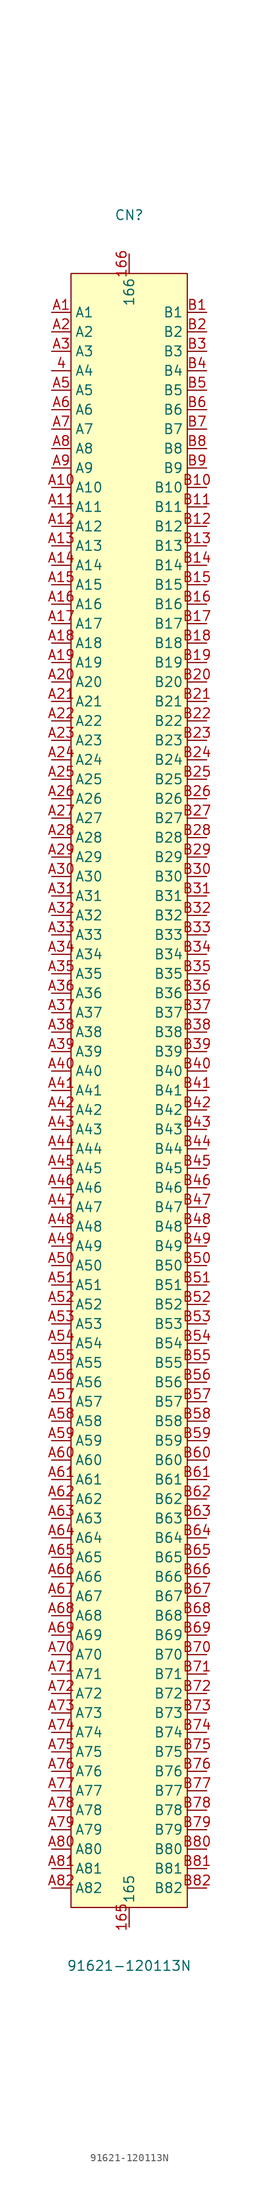
<source format=kicad_sym>
(kicad_symbol_lib
  (version 20231120)
  (generator "kicad_symbol_editor")
  (generator_version "8.0")
  (symbol "91621-120113N"
    (property "Reference" "CN"
      (at 0 114.3 0)
      (effects (font (size 1.27 1.27))))
    (property "Value" "91621-120113N"
      (at 0 -114.3 0)
      (effects (font (size 1.27 1.27))))
    (symbol "91621-120113N_0_1"
      (rectangle (start -7.62 106.68) (end 7.62 -106.68) (stroke (width 0) (type default)) (fill (type background)))
      (pin unspecified line (at 0 -109.22 90) (length 2.54) (name "165" (effects (font (size 1.27 1.27)))) (number "165" (effects (font (size 1.27 1.27)))))
      (pin unspecified line (at 0 109.22 270) (length 2.54) (name "166" (effects (font (size 1.27 1.27)))) (number "166" (effects (font (size 1.27 1.27)))))
      (pin unspecified line (at -10.16 93.98 0) (length 2.54) (name "A4" (effects (font (size 1.27 1.27)))) (number "4" (effects (font (size 1.27 1.27)))))
      (pin unspecified line (at -10.16 101.6 0) (length 2.54) (name "A1" (effects (font (size 1.27 1.27)))) (number "A1" (effects (font (size 1.27 1.27)))))
      (pin unspecified line (at -10.16 78.74 0) (length 2.54) (name "A10" (effects (font (size 1.27 1.27)))) (number "A10" (effects (font (size 1.27 1.27)))))
      (pin unspecified line (at -10.16 76.2 0) (length 2.54) (name "A11" (effects (font (size 1.27 1.27)))) (number "A11" (effects (font (size 1.27 1.27)))))
      (pin unspecified line (at -10.16 73.66 0) (length 2.54) (name "A12" (effects (font (size 1.27 1.27)))) (number "A12" (effects (font (size 1.27 1.27)))))
      (pin unspecified line (at -10.16 71.12 0) (length 2.54) (name "A13" (effects (font (size 1.27 1.27)))) (number "A13" (effects (font (size 1.27 1.27)))))
      (pin unspecified line (at -10.16 68.58 0) (length 2.54) (name "A14" (effects (font (size 1.27 1.27)))) (number "A14" (effects (font (size 1.27 1.27)))))
      (pin unspecified line (at -10.16 66.04 0) (length 2.54) (name "A15" (effects (font (size 1.27 1.27)))) (number "A15" (effects (font (size 1.27 1.27)))))
      (pin unspecified line (at -10.16 63.5 0) (length 2.54) (name "A16" (effects (font (size 1.27 1.27)))) (number "A16" (effects (font (size 1.27 1.27)))))
      (pin unspecified line (at -10.16 60.96 0) (length 2.54) (name "A17" (effects (font (size 1.27 1.27)))) (number "A17" (effects (font (size 1.27 1.27)))))
      (pin unspecified line (at -10.16 58.42 0) (length 2.54) (name "A18" (effects (font (size 1.27 1.27)))) (number "A18" (effects (font (size 1.27 1.27)))))
      (pin unspecified line (at -10.16 55.88 0) (length 2.54) (name "A19" (effects (font (size 1.27 1.27)))) (number "A19" (effects (font (size 1.27 1.27)))))
      (pin unspecified line (at -10.16 99.06 0) (length 2.54) (name "A2" (effects (font (size 1.27 1.27)))) (number "A2" (effects (font (size 1.27 1.27)))))
      (pin unspecified line (at -10.16 53.34 0) (length 2.54) (name "A20" (effects (font (size 1.27 1.27)))) (number "A20" (effects (font (size 1.27 1.27)))))
      (pin unspecified line (at -10.16 50.8 0) (length 2.54) (name "A21" (effects (font (size 1.27 1.27)))) (number "A21" (effects (font (size 1.27 1.27)))))
      (pin unspecified line (at -10.16 48.26 0) (length 2.54) (name "A22" (effects (font (size 1.27 1.27)))) (number "A22" (effects (font (size 1.27 1.27)))))
      (pin unspecified line (at -10.16 45.72 0) (length 2.54) (name "A23" (effects (font (size 1.27 1.27)))) (number "A23" (effects (font (size 1.27 1.27)))))
      (pin unspecified line (at -10.16 43.18 0) (length 2.54) (name "A24" (effects (font (size 1.27 1.27)))) (number "A24" (effects (font (size 1.27 1.27)))))
      (pin unspecified line (at -10.16 40.64 0) (length 2.54) (name "A25" (effects (font (size 1.27 1.27)))) (number "A25" (effects (font (size 1.27 1.27)))))
      (pin unspecified line (at -10.16 38.1 0) (length 2.54) (name "A26" (effects (font (size 1.27 1.27)))) (number "A26" (effects (font (size 1.27 1.27)))))
      (pin unspecified line (at -10.16 35.56 0) (length 2.54) (name "A27" (effects (font (size 1.27 1.27)))) (number "A27" (effects (font (size 1.27 1.27)))))
      (pin unspecified line (at -10.16 33.02 0) (length 2.54) (name "A28" (effects (font (size 1.27 1.27)))) (number "A28" (effects (font (size 1.27 1.27)))))
      (pin unspecified line (at -10.16 30.48 0) (length 2.54) (name "A29" (effects (font (size 1.27 1.27)))) (number "A29" (effects (font (size 1.27 1.27)))))
      (pin unspecified line (at -10.16 96.52 0) (length 2.54) (name "A3" (effects (font (size 1.27 1.27)))) (number "A3" (effects (font (size 1.27 1.27)))))
      (pin unspecified line (at -10.16 27.94 0) (length 2.54) (name "A30" (effects (font (size 1.27 1.27)))) (number "A30" (effects (font (size 1.27 1.27)))))
      (pin unspecified line (at -10.16 25.4 0) (length 2.54) (name "A31" (effects (font (size 1.27 1.27)))) (number "A31" (effects (font (size 1.27 1.27)))))
      (pin unspecified line (at -10.16 22.86 0) (length 2.54) (name "A32" (effects (font (size 1.27 1.27)))) (number "A32" (effects (font (size 1.27 1.27)))))
      (pin unspecified line (at -10.16 20.32 0) (length 2.54) (name "A33" (effects (font (size 1.27 1.27)))) (number "A33" (effects (font (size 1.27 1.27)))))
      (pin unspecified line (at -10.16 17.78 0) (length 2.54) (name "A34" (effects (font (size 1.27 1.27)))) (number "A34" (effects (font (size 1.27 1.27)))))
      (pin unspecified line (at -10.16 15.24 0) (length 2.54) (name "A35" (effects (font (size 1.27 1.27)))) (number "A35" (effects (font (size 1.27 1.27)))))
      (pin unspecified line (at -10.16 12.7 0) (length 2.54) (name "A36" (effects (font (size 1.27 1.27)))) (number "A36" (effects (font (size 1.27 1.27)))))
      (pin unspecified line (at -10.16 10.16 0) (length 2.54) (name "A37" (effects (font (size 1.27 1.27)))) (number "A37" (effects (font (size 1.27 1.27)))))
      (pin unspecified line (at -10.16 7.62 0) (length 2.54) (name "A38" (effects (font (size 1.27 1.27)))) (number "A38" (effects (font (size 1.27 1.27)))))
      (pin unspecified line (at -10.16 5.08 0) (length 2.54) (name "A39" (effects (font (size 1.27 1.27)))) (number "A39" (effects (font (size 1.27 1.27)))))
      (pin unspecified line (at -10.16 2.54 0) (length 2.54) (name "A40" (effects (font (size 1.27 1.27)))) (number "A40" (effects (font (size 1.27 1.27)))))
      (pin unspecified line (at -10.16 0 0) (length 2.54) (name "A41" (effects (font (size 1.27 1.27)))) (number "A41" (effects (font (size 1.27 1.27)))))
      (pin unspecified line (at -10.16 -2.54 0) (length 2.54) (name "A42" (effects (font (size 1.27 1.27)))) (number "A42" (effects (font (size 1.27 1.27)))))
      (pin unspecified line (at -10.16 -5.08 0) (length 2.54) (name "A43" (effects (font (size 1.27 1.27)))) (number "A43" (effects (font (size 1.27 1.27)))))
      (pin unspecified line (at -10.16 -7.62 0) (length 2.54) (name "A44" (effects (font (size 1.27 1.27)))) (number "A44" (effects (font (size 1.27 1.27)))))
      (pin unspecified line (at -10.16 -10.16 0) (length 2.54) (name "A45" (effects (font (size 1.27 1.27)))) (number "A45" (effects (font (size 1.27 1.27)))))
      (pin unspecified line (at -10.16 -12.7 0) (length 2.54) (name "A46" (effects (font (size 1.27 1.27)))) (number "A46" (effects (font (size 1.27 1.27)))))
      (pin unspecified line (at -10.16 -15.24 0) (length 2.54) (name "A47" (effects (font (size 1.27 1.27)))) (number "A47" (effects (font (size 1.27 1.27)))))
      (pin unspecified line (at -10.16 -17.78 0) (length 2.54) (name "A48" (effects (font (size 1.27 1.27)))) (number "A48" (effects (font (size 1.27 1.27)))))
      (pin unspecified line (at -10.16 -20.32 0) (length 2.54) (name "A49" (effects (font (size 1.27 1.27)))) (number "A49" (effects (font (size 1.27 1.27)))))
      (pin unspecified line (at -10.16 91.44 0) (length 2.54) (name "A5" (effects (font (size 1.27 1.27)))) (number "A5" (effects (font (size 1.27 1.27)))))
      (pin unspecified line (at -10.16 -22.86 0) (length 2.54) (name "A50" (effects (font (size 1.27 1.27)))) (number "A50" (effects (font (size 1.27 1.27)))))
      (pin unspecified line (at -10.16 -25.4 0) (length 2.54) (name "A51" (effects (font (size 1.27 1.27)))) (number "A51" (effects (font (size 1.27 1.27)))))
      (pin unspecified line (at -10.16 -27.94 0) (length 2.54) (name "A52" (effects (font (size 1.27 1.27)))) (number "A52" (effects (font (size 1.27 1.27)))))
      (pin unspecified line (at -10.16 -30.48 0) (length 2.54) (name "A53" (effects (font (size 1.27 1.27)))) (number "A53" (effects (font (size 1.27 1.27)))))
      (pin unspecified line (at -10.16 -33.02 0) (length 2.54) (name "A54" (effects (font (size 1.27 1.27)))) (number "A54" (effects (font (size 1.27 1.27)))))
      (pin unspecified line (at -10.16 -35.56 0) (length 2.54) (name "A55" (effects (font (size 1.27 1.27)))) (number "A55" (effects (font (size 1.27 1.27)))))
      (pin unspecified line (at -10.16 -38.1 0) (length 2.54) (name "A56" (effects (font (size 1.27 1.27)))) (number "A56" (effects (font (size 1.27 1.27)))))
      (pin unspecified line (at -10.16 -40.64 0) (length 2.54) (name "A57" (effects (font (size 1.27 1.27)))) (number "A57" (effects (font (size 1.27 1.27)))))
      (pin unspecified line (at -10.16 -43.18 0) (length 2.54) (name "A58" (effects (font (size 1.27 1.27)))) (number "A58" (effects (font (size 1.27 1.27)))))
      (pin unspecified line (at -10.16 -45.72 0) (length 2.54) (name "A59" (effects (font (size 1.27 1.27)))) (number "A59" (effects (font (size 1.27 1.27)))))
      (pin unspecified line (at -10.16 88.9 0) (length 2.54) (name "A6" (effects (font (size 1.27 1.27)))) (number "A6" (effects (font (size 1.27 1.27)))))
      (pin unspecified line (at -10.16 -48.26 0) (length 2.54) (name "A60" (effects (font (size 1.27 1.27)))) (number "A60" (effects (font (size 1.27 1.27)))))
      (pin unspecified line (at -10.16 -50.8 0) (length 2.54) (name "A61" (effects (font (size 1.27 1.27)))) (number "A61" (effects (font (size 1.27 1.27)))))
      (pin unspecified line (at -10.16 -53.34 0) (length 2.54) (name "A62" (effects (font (size 1.27 1.27)))) (number "A62" (effects (font (size 1.27 1.27)))))
      (pin unspecified line (at -10.16 -55.88 0) (length 2.54) (name "A63" (effects (font (size 1.27 1.27)))) (number "A63" (effects (font (size 1.27 1.27)))))
      (pin unspecified line (at -10.16 -58.42 0) (length 2.54) (name "A64" (effects (font (size 1.27 1.27)))) (number "A64" (effects (font (size 1.27 1.27)))))
      (pin unspecified line (at -10.16 -60.96 0) (length 2.54) (name "A65" (effects (font (size 1.27 1.27)))) (number "A65" (effects (font (size 1.27 1.27)))))
      (pin unspecified line (at -10.16 -63.5 0) (length 2.54) (name "A66" (effects (font (size 1.27 1.27)))) (number "A66" (effects (font (size 1.27 1.27)))))
      (pin unspecified line (at -10.16 -66.04 0) (length 2.54) (name "A67" (effects (font (size 1.27 1.27)))) (number "A67" (effects (font (size 1.27 1.27)))))
      (pin unspecified line (at -10.16 -68.58 0) (length 2.54) (name "A68" (effects (font (size 1.27 1.27)))) (number "A68" (effects (font (size 1.27 1.27)))))
      (pin unspecified line (at -10.16 -71.12 0) (length 2.54) (name "A69" (effects (font (size 1.27 1.27)))) (number "A69" (effects (font (size 1.27 1.27)))))
      (pin unspecified line (at -10.16 86.36 0) (length 2.54) (name "A7" (effects (font (size 1.27 1.27)))) (number "A7" (effects (font (size 1.27 1.27)))))
      (pin unspecified line (at -10.16 -73.66 0) (length 2.54) (name "A70" (effects (font (size 1.27 1.27)))) (number "A70" (effects (font (size 1.27 1.27)))))
      (pin unspecified line (at -10.16 -76.2 0) (length 2.54) (name "A71" (effects (font (size 1.27 1.27)))) (number "A71" (effects (font (size 1.27 1.27)))))
      (pin unspecified line (at -10.16 -78.74 0) (length 2.54) (name "A72" (effects (font (size 1.27 1.27)))) (number "A72" (effects (font (size 1.27 1.27)))))
      (pin unspecified line (at -10.16 -81.28 0) (length 2.54) (name "A73" (effects (font (size 1.27 1.27)))) (number "A73" (effects (font (size 1.27 1.27)))))
      (pin unspecified line (at -10.16 -83.82 0) (length 2.54) (name "A74" (effects (font (size 1.27 1.27)))) (number "A74" (effects (font (size 1.27 1.27)))))
      (pin unspecified line (at -10.16 -86.36 0) (length 2.54) (name "A75" (effects (font (size 1.27 1.27)))) (number "A75" (effects (font (size 1.27 1.27)))))
      (pin unspecified line (at -10.16 -88.9 0) (length 2.54) (name "A76" (effects (font (size 1.27 1.27)))) (number "A76" (effects (font (size 1.27 1.27)))))
      (pin unspecified line (at -10.16 -91.44 0) (length 2.54) (name "A77" (effects (font (size 1.27 1.27)))) (number "A77" (effects (font (size 1.27 1.27)))))
      (pin unspecified line (at -10.16 -93.98 0) (length 2.54) (name "A78" (effects (font (size 1.27 1.27)))) (number "A78" (effects (font (size 1.27 1.27)))))
      (pin unspecified line (at -10.16 -96.52 0) (length 2.54) (name "A79" (effects (font (size 1.27 1.27)))) (number "A79" (effects (font (size 1.27 1.27)))))
      (pin unspecified line (at -10.16 83.82 0) (length 2.54) (name "A8" (effects (font (size 1.27 1.27)))) (number "A8" (effects (font (size 1.27 1.27)))))
      (pin unspecified line (at -10.16 -99.06 0) (length 2.54) (name "A80" (effects (font (size 1.27 1.27)))) (number "A80" (effects (font (size 1.27 1.27)))))
      (pin unspecified line (at -10.16 -101.6 0) (length 2.54) (name "A81" (effects (font (size 1.27 1.27)))) (number "A81" (effects (font (size 1.27 1.27)))))
      (pin unspecified line (at -10.16 -104.14 0) (length 2.54) (name "A82" (effects (font (size 1.27 1.27)))) (number "A82" (effects (font (size 1.27 1.27)))))
      (pin unspecified line (at -10.16 81.28 0) (length 2.54) (name "A9" (effects (font (size 1.27 1.27)))) (number "A9" (effects (font (size 1.27 1.27)))))
      (pin unspecified line (at 10.16 101.6 180) (length 2.54) (name "B1" (effects (font (size 1.27 1.27)))) (number "B1" (effects (font (size 1.27 1.27)))))
      (pin unspecified line (at 10.16 78.74 180) (length 2.54) (name "B10" (effects (font (size 1.27 1.27)))) (number "B10" (effects (font (size 1.27 1.27)))))
      (pin unspecified line (at 10.16 76.2 180) (length 2.54) (name "B11" (effects (font (size 1.27 1.27)))) (number "B11" (effects (font (size 1.27 1.27)))))
      (pin unspecified line (at 10.16 73.66 180) (length 2.54) (name "B12" (effects (font (size 1.27 1.27)))) (number "B12" (effects (font (size 1.27 1.27)))))
      (pin unspecified line (at 10.16 71.12 180) (length 2.54) (name "B13" (effects (font (size 1.27 1.27)))) (number "B13" (effects (font (size 1.27 1.27)))))
      (pin unspecified line (at 10.16 68.58 180) (length 2.54) (name "B14" (effects (font (size 1.27 1.27)))) (number "B14" (effects (font (size 1.27 1.27)))))
      (pin unspecified line (at 10.16 66.04 180) (length 2.54) (name "B15" (effects (font (size 1.27 1.27)))) (number "B15" (effects (font (size 1.27 1.27)))))
      (pin unspecified line (at 10.16 63.5 180) (length 2.54) (name "B16" (effects (font (size 1.27 1.27)))) (number "B16" (effects (font (size 1.27 1.27)))))
      (pin unspecified line (at 10.16 60.96 180) (length 2.54) (name "B17" (effects (font (size 1.27 1.27)))) (number "B17" (effects (font (size 1.27 1.27)))))
      (pin unspecified line (at 10.16 58.42 180) (length 2.54) (name "B18" (effects (font (size 1.27 1.27)))) (number "B18" (effects (font (size 1.27 1.27)))))
      (pin unspecified line (at 10.16 55.88 180) (length 2.54) (name "B19" (effects (font (size 1.27 1.27)))) (number "B19" (effects (font (size 1.27 1.27)))))
      (pin unspecified line (at 10.16 99.06 180) (length 2.54) (name "B2" (effects (font (size 1.27 1.27)))) (number "B2" (effects (font (size 1.27 1.27)))))
      (pin unspecified line (at 10.16 53.34 180) (length 2.54) (name "B20" (effects (font (size 1.27 1.27)))) (number "B20" (effects (font (size 1.27 1.27)))))
      (pin unspecified line (at 10.16 50.8 180) (length 2.54) (name "B21" (effects (font (size 1.27 1.27)))) (number "B21" (effects (font (size 1.27 1.27)))))
      (pin unspecified line (at 10.16 48.26 180) (length 2.54) (name "B22" (effects (font (size 1.27 1.27)))) (number "B22" (effects (font (size 1.27 1.27)))))
      (pin unspecified line (at 10.16 45.72 180) (length 2.54) (name "B23" (effects (font (size 1.27 1.27)))) (number "B23" (effects (font (size 1.27 1.27)))))
      (pin unspecified line (at 10.16 43.18 180) (length 2.54) (name "B24" (effects (font (size 1.27 1.27)))) (number "B24" (effects (font (size 1.27 1.27)))))
      (pin unspecified line (at 10.16 40.64 180) (length 2.54) (name "B25" (effects (font (size 1.27 1.27)))) (number "B25" (effects (font (size 1.27 1.27)))))
      (pin unspecified line (at 10.16 38.1 180) (length 2.54) (name "B26" (effects (font (size 1.27 1.27)))) (number "B26" (effects (font (size 1.27 1.27)))))
      (pin unspecified line (at 10.16 35.56 180) (length 2.54) (name "B27" (effects (font (size 1.27 1.27)))) (number "B27" (effects (font (size 1.27 1.27)))))
      (pin unspecified line (at 10.16 33.02 180) (length 2.54) (name "B28" (effects (font (size 1.27 1.27)))) (number "B28" (effects (font (size 1.27 1.27)))))
      (pin unspecified line (at 10.16 30.48 180) (length 2.54) (name "B29" (effects (font (size 1.27 1.27)))) (number "B29" (effects (font (size 1.27 1.27)))))
      (pin unspecified line (at 10.16 96.52 180) (length 2.54) (name "B3" (effects (font (size 1.27 1.27)))) (number "B3" (effects (font (size 1.27 1.27)))))
      (pin unspecified line (at 10.16 27.94 180) (length 2.54) (name "B30" (effects (font (size 1.27 1.27)))) (number "B30" (effects (font (size 1.27 1.27)))))
      (pin unspecified line (at 10.16 25.4 180) (length 2.54) (name "B31" (effects (font (size 1.27 1.27)))) (number "B31" (effects (font (size 1.27 1.27)))))
      (pin unspecified line (at 10.16 22.86 180) (length 2.54) (name "B32" (effects (font (size 1.27 1.27)))) (number "B32" (effects (font (size 1.27 1.27)))))
      (pin unspecified line (at 10.16 20.32 180) (length 2.54) (name "B33" (effects (font (size 1.27 1.27)))) (number "B33" (effects (font (size 1.27 1.27)))))
      (pin unspecified line (at 10.16 17.78 180) (length 2.54) (name "B34" (effects (font (size 1.27 1.27)))) (number "B34" (effects (font (size 1.27 1.27)))))
      (pin unspecified line (at 10.16 15.24 180) (length 2.54) (name "B35" (effects (font (size 1.27 1.27)))) (number "B35" (effects (font (size 1.27 1.27)))))
      (pin unspecified line (at 10.16 12.7 180) (length 2.54) (name "B36" (effects (font (size 1.27 1.27)))) (number "B36" (effects (font (size 1.27 1.27)))))
      (pin unspecified line (at 10.16 10.16 180) (length 2.54) (name "B37" (effects (font (size 1.27 1.27)))) (number "B37" (effects (font (size 1.27 1.27)))))
      (pin unspecified line (at 10.16 7.62 180) (length 2.54) (name "B38" (effects (font (size 1.27 1.27)))) (number "B38" (effects (font (size 1.27 1.27)))))
      (pin unspecified line (at 10.16 5.08 180) (length 2.54) (name "B39" (effects (font (size 1.27 1.27)))) (number "B39" (effects (font (size 1.27 1.27)))))
      (pin unspecified line (at 10.16 93.98 180) (length 2.54) (name "B4" (effects (font (size 1.27 1.27)))) (number "B4" (effects (font (size 1.27 1.27)))))
      (pin unspecified line (at 10.16 2.54 180) (length 2.54) (name "B40" (effects (font (size 1.27 1.27)))) (number "B40" (effects (font (size 1.27 1.27)))))
      (pin unspecified line (at 10.16 0 180) (length 2.54) (name "B41" (effects (font (size 1.27 1.27)))) (number "B41" (effects (font (size 1.27 1.27)))))
      (pin unspecified line (at 10.16 -2.54 180) (length 2.54) (name "B42" (effects (font (size 1.27 1.27)))) (number "B42" (effects (font (size 1.27 1.27)))))
      (pin unspecified line (at 10.16 -5.08 180) (length 2.54) (name "B43" (effects (font (size 1.27 1.27)))) (number "B43" (effects (font (size 1.27 1.27)))))
      (pin unspecified line (at 10.16 -7.62 180) (length 2.54) (name "B44" (effects (font (size 1.27 1.27)))) (number "B44" (effects (font (size 1.27 1.27)))))
      (pin unspecified line (at 10.16 -10.16 180) (length 2.54) (name "B45" (effects (font (size 1.27 1.27)))) (number "B45" (effects (font (size 1.27 1.27)))))
      (pin unspecified line (at 10.16 -12.7 180) (length 2.54) (name "B46" (effects (font (size 1.27 1.27)))) (number "B46" (effects (font (size 1.27 1.27)))))
      (pin unspecified line (at 10.16 -15.24 180) (length 2.54) (name "B47" (effects (font (size 1.27 1.27)))) (number "B47" (effects (font (size 1.27 1.27)))))
      (pin unspecified line (at 10.16 -17.78 180) (length 2.54) (name "B48" (effects (font (size 1.27 1.27)))) (number "B48" (effects (font (size 1.27 1.27)))))
      (pin unspecified line (at 10.16 -20.32 180) (length 2.54) (name "B49" (effects (font (size 1.27 1.27)))) (number "B49" (effects (font (size 1.27 1.27)))))
      (pin unspecified line (at 10.16 91.44 180) (length 2.54) (name "B5" (effects (font (size 1.27 1.27)))) (number "B5" (effects (font (size 1.27 1.27)))))
      (pin unspecified line (at 10.16 -22.86 180) (length 2.54) (name "B50" (effects (font (size 1.27 1.27)))) (number "B50" (effects (font (size 1.27 1.27)))))
      (pin unspecified line (at 10.16 -25.4 180) (length 2.54) (name "B51" (effects (font (size 1.27 1.27)))) (number "B51" (effects (font (size 1.27 1.27)))))
      (pin unspecified line (at 10.16 -27.94 180) (length 2.54) (name "B52" (effects (font (size 1.27 1.27)))) (number "B52" (effects (font (size 1.27 1.27)))))
      (pin unspecified line (at 10.16 -30.48 180) (length 2.54) (name "B53" (effects (font (size 1.27 1.27)))) (number "B53" (effects (font (size 1.27 1.27)))))
      (pin unspecified line (at 10.16 -33.02 180) (length 2.54) (name "B54" (effects (font (size 1.27 1.27)))) (number "B54" (effects (font (size 1.27 1.27)))))
      (pin unspecified line (at 10.16 -35.56 180) (length 2.54) (name "B55" (effects (font (size 1.27 1.27)))) (number "B55" (effects (font (size 1.27 1.27)))))
      (pin unspecified line (at 10.16 -38.1 180) (length 2.54) (name "B56" (effects (font (size 1.27 1.27)))) (number "B56" (effects (font (size 1.27 1.27)))))
      (pin unspecified line (at 10.16 -40.64 180) (length 2.54) (name "B57" (effects (font (size 1.27 1.27)))) (number "B57" (effects (font (size 1.27 1.27)))))
      (pin unspecified line (at 10.16 -43.18 180) (length 2.54) (name "B58" (effects (font (size 1.27 1.27)))) (number "B58" (effects (font (size 1.27 1.27)))))
      (pin unspecified line (at 10.16 -45.72 180) (length 2.54) (name "B59" (effects (font (size 1.27 1.27)))) (number "B59" (effects (font (size 1.27 1.27)))))
      (pin unspecified line (at 10.16 88.9 180) (length 2.54) (name "B6" (effects (font (size 1.27 1.27)))) (number "B6" (effects (font (size 1.27 1.27)))))
      (pin unspecified line (at 10.16 -48.26 180) (length 2.54) (name "B60" (effects (font (size 1.27 1.27)))) (number "B60" (effects (font (size 1.27 1.27)))))
      (pin unspecified line (at 10.16 -50.8 180) (length 2.54) (name "B61" (effects (font (size 1.27 1.27)))) (number "B61" (effects (font (size 1.27 1.27)))))
      (pin unspecified line (at 10.16 -53.34 180) (length 2.54) (name "B62" (effects (font (size 1.27 1.27)))) (number "B62" (effects (font (size 1.27 1.27)))))
      (pin unspecified line (at 10.16 -55.88 180) (length 2.54) (name "B63" (effects (font (size 1.27 1.27)))) (number "B63" (effects (font (size 1.27 1.27)))))
      (pin unspecified line (at 10.16 -58.42 180) (length 2.54) (name "B64" (effects (font (size 1.27 1.27)))) (number "B64" (effects (font (size 1.27 1.27)))))
      (pin unspecified line (at 10.16 -60.96 180) (length 2.54) (name "B65" (effects (font (size 1.27 1.27)))) (number "B65" (effects (font (size 1.27 1.27)))))
      (pin unspecified line (at 10.16 -63.5 180) (length 2.54) (name "B66" (effects (font (size 1.27 1.27)))) (number "B66" (effects (font (size 1.27 1.27)))))
      (pin unspecified line (at 10.16 -66.04 180) (length 2.54) (name "B67" (effects (font (size 1.27 1.27)))) (number "B67" (effects (font (size 1.27 1.27)))))
      (pin unspecified line (at 10.16 -68.58 180) (length 2.54) (name "B68" (effects (font (size 1.27 1.27)))) (number "B68" (effects (font (size 1.27 1.27)))))
      (pin unspecified line (at 10.16 -71.12 180) (length 2.54) (name "B69" (effects (font (size 1.27 1.27)))) (number "B69" (effects (font (size 1.27 1.27)))))
      (pin unspecified line (at 10.16 86.36 180) (length 2.54) (name "B7" (effects (font (size 1.27 1.27)))) (number "B7" (effects (font (size 1.27 1.27)))))
      (pin unspecified line (at 10.16 -73.66 180) (length 2.54) (name "B70" (effects (font (size 1.27 1.27)))) (number "B70" (effects (font (size 1.27 1.27)))))
      (pin unspecified line (at 10.16 -76.2 180) (length 2.54) (name "B71" (effects (font (size 1.27 1.27)))) (number "B71" (effects (font (size 1.27 1.27)))))
      (pin unspecified line (at 10.16 -78.74 180) (length 2.54) (name "B72" (effects (font (size 1.27 1.27)))) (number "B72" (effects (font (size 1.27 1.27)))))
      (pin unspecified line (at 10.16 -81.28 180) (length 2.54) (name "B73" (effects (font (size 1.27 1.27)))) (number "B73" (effects (font (size 1.27 1.27)))))
      (pin unspecified line (at 10.16 -83.82 180) (length 2.54) (name "B74" (effects (font (size 1.27 1.27)))) (number "B74" (effects (font (size 1.27 1.27)))))
      (pin unspecified line (at 10.16 -86.36 180) (length 2.54) (name "B75" (effects (font (size 1.27 1.27)))) (number "B75" (effects (font (size 1.27 1.27)))))
      (pin unspecified line (at 10.16 -88.9 180) (length 2.54) (name "B76" (effects (font (size 1.27 1.27)))) (number "B76" (effects (font (size 1.27 1.27)))))
      (pin unspecified line (at 10.16 -91.44 180) (length 2.54) (name "B77" (effects (font (size 1.27 1.27)))) (number "B77" (effects (font (size 1.27 1.27)))))
      (pin unspecified line (at 10.16 -93.98 180) (length 2.54) (name "B78" (effects (font (size 1.27 1.27)))) (number "B78" (effects (font (size 1.27 1.27)))))
      (pin unspecified line (at 10.16 -96.52 180) (length 2.54) (name "B79" (effects (font (size 1.27 1.27)))) (number "B79" (effects (font (size 1.27 1.27)))))
      (pin unspecified line (at 10.16 83.82 180) (length 2.54) (name "B8" (effects (font (size 1.27 1.27)))) (number "B8" (effects (font (size 1.27 1.27)))))
      (pin unspecified line (at 10.16 -99.06 180) (length 2.54) (name "B80" (effects (font (size 1.27 1.27)))) (number "B80" (effects (font (size 1.27 1.27)))))
      (pin unspecified line (at 10.16 -101.6 180) (length 2.54) (name "B81" (effects (font (size 1.27 1.27)))) (number "B81" (effects (font (size 1.27 1.27)))))
      (pin unspecified line (at 10.16 -104.14 180) (length 2.54) (name "B82" (effects (font (size 1.27 1.27)))) (number "B82" (effects (font (size 1.27 1.27)))))
      (pin unspecified line (at 10.16 81.28 180) (length 2.54) (name "B9" (effects (font (size 1.27 1.27)))) (number "B9" (effects (font (size 1.27 1.27))))))))
</source>
